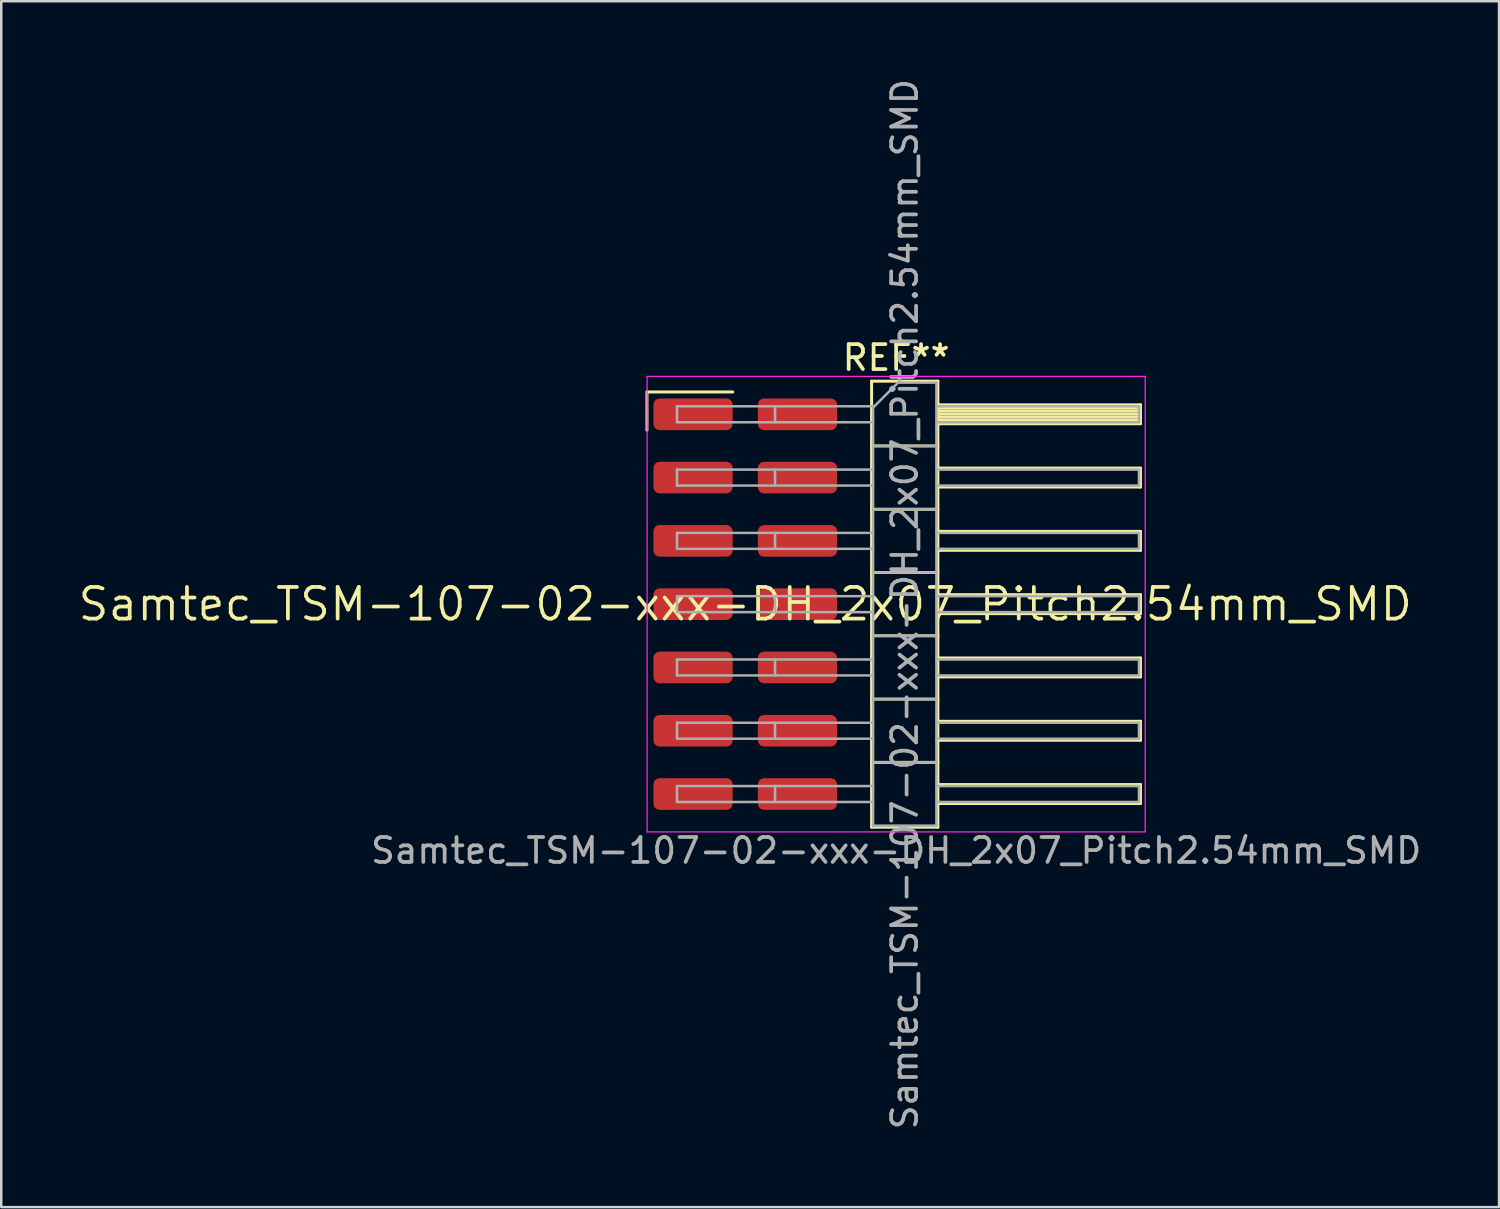
<source format=kicad_pcb>
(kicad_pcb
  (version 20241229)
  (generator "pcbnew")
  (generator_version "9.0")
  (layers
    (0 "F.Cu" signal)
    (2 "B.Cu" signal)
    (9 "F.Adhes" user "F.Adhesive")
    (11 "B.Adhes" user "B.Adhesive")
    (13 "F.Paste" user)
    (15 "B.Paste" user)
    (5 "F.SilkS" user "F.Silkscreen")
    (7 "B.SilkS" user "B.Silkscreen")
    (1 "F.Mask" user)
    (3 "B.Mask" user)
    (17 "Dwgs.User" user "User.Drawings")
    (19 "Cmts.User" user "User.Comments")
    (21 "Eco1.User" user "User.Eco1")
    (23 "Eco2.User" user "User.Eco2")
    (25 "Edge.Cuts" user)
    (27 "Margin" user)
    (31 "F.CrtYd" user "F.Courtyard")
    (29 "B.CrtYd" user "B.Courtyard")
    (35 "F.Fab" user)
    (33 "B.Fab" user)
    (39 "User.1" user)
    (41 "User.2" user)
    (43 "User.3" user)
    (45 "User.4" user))
  (footprint "Samtec_TSM-107-02-xxx-DH_2x07_Pitch2.54mm_SMD"
    (layer "F.Cu")
    (at 26.859 21.196)
    (property "Reference" "Samtec_TSM-107-02-xxx-DH_2x07_Pitch2.54mm_SMD" (at 0 0 0) (layer "F.SilkS") (effects (font (size 1.27 1.27) (thickness 0.15))))
    (attr smd)
    (fp_line (start -3.945 -8.515) (end -0.505 -8.515) (stroke (width 0.12) (type solid)) (layer "F.SilkS"))
    (fp_line (start -3.945 -6.985) (end -3.945 -8.515) (stroke (width 0.12) (type solid)) (layer "F.SilkS"))
    (fp_line (start 5.07 -8.95) (end 7.73 -8.95) (stroke (width 0.12) (type solid)) (layer "F.SilkS"))
    (fp_line (start 5.07 -6.35) (end 7.73 -6.35) (stroke (width 0.12) (type solid)) (layer "F.SilkS"))
    (fp_line (start 5.07 -3.81) (end 7.73 -3.81) (stroke (width 0.12) (type solid)) (layer "F.SilkS"))
    (fp_line (start 5.07 -1.27) (end 7.73 -1.27) (stroke (width 0.12) (type solid)) (layer "F.SilkS"))
    (fp_line (start 5.07 1.27) (end 7.73 1.27) (stroke (width 0.12) (type solid)) (layer "F.SilkS"))
    (fp_line (start 5.07 3.81) (end 7.73 3.81) (stroke (width 0.12) (type solid)) (layer "F.SilkS"))
    (fp_line (start 5.07 6.35) (end 7.73 6.35) (stroke (width 0.12) (type solid)) (layer "F.SilkS"))
    (fp_line (start 5.07 8.95) (end 5.07 -8.95) (stroke (width 0.12) (type solid)) (layer "F.SilkS"))
    (fp_line (start 7.73 -8.95) (end 7.73 8.95) (stroke (width 0.12) (type solid)) (layer "F.SilkS"))
    (fp_line (start 7.73 -8) (end 15.86 -8) (stroke (width 0.12) (type solid)) (layer "F.SilkS"))
    (fp_line (start 7.73 -7.88) (end 15.86 -7.88) (stroke (width 0.12) (type solid)) (layer "F.SilkS"))
    (fp_line (start 7.73 -7.76) (end 15.86 -7.76) (stroke (width 0.12) (type solid)) (layer "F.SilkS"))
    (fp_line (start 7.73 -7.64) (end 15.86 -7.64) (stroke (width 0.12) (type solid)) (layer "F.SilkS"))
    (fp_line (start 7.73 -7.52) (end 15.86 -7.52) (stroke (width 0.12) (type solid)) (layer "F.SilkS"))
    (fp_line (start 7.73 -7.4) (end 15.86 -7.4) (stroke (width 0.12) (type solid)) (layer "F.SilkS"))
    (fp_line (start 7.73 -7.28) (end 15.86 -7.28) (stroke (width 0.12) (type solid)) (layer "F.SilkS"))
    (fp_line (start 7.73 -7.24) (end 15.86 -7.24) (stroke (width 0.12) (type solid)) (layer "F.SilkS"))
    (fp_line (start 7.73 -5.46) (end 15.86 -5.46) (stroke (width 0.12) (type solid)) (layer "F.SilkS"))
    (fp_line (start 7.73 -4.7) (end 15.86 -4.7) (stroke (width 0.12) (type solid)) (layer "F.SilkS"))
    (fp_line (start 7.73 -2.92) (end 15.86 -2.92) (stroke (width 0.12) (type solid)) (layer "F.SilkS"))
    (fp_line (start 7.73 -2.16) (end 15.86 -2.16) (stroke (width 0.12) (type solid)) (layer "F.SilkS"))
    (fp_line (start 7.73 -0.38) (end 15.86 -0.38) (stroke (width 0.12) (type solid)) (layer "F.SilkS"))
    (fp_line (start 7.73 0.38) (end 15.86 0.38) (stroke (width 0.12) (type solid)) (layer "F.SilkS"))
    (fp_line (start 7.73 2.16) (end 15.86 2.16) (stroke (width 0.12) (type solid)) (layer "F.SilkS"))
    (fp_line (start 7.73 2.92) (end 15.86 2.92) (stroke (width 0.12) (type solid)) (layer "F.SilkS"))
    (fp_line (start 7.73 4.7) (end 15.86 4.7) (stroke (width 0.12) (type solid)) (layer "F.SilkS"))
    (fp_line (start 7.73 5.46) (end 15.86 5.46) (stroke (width 0.12) (type solid)) (layer "F.SilkS"))
    (fp_line (start 7.73 7.24) (end 15.86 7.24) (stroke (width 0.12) (type solid)) (layer "F.SilkS"))
    (fp_line (start 7.73 8) (end 15.86 8) (stroke (width 0.12) (type solid)) (layer "F.SilkS"))
    (fp_line (start 7.73 8.95) (end 5.07 8.95) (stroke (width 0.12) (type solid)) (layer "F.SilkS"))
    (fp_line (start 15.86 -8) (end 15.86 -7.24) (stroke (width 0.12) (type solid)) (layer "F.SilkS"))
    (fp_line (start 15.86 -5.46) (end 15.86 -4.7) (stroke (width 0.12) (type solid)) (layer "F.SilkS"))
    (fp_line (start 15.86 -2.92) (end 15.86 -2.16) (stroke (width 0.12) (type solid)) (layer "F.SilkS"))
    (fp_line (start 15.86 -0.38) (end 15.86 0.38) (stroke (width 0.12) (type solid)) (layer "F.SilkS"))
    (fp_line (start 15.86 2.16) (end 15.86 2.92) (stroke (width 0.12) (type solid)) (layer "F.SilkS"))
    (fp_line (start 15.86 4.7) (end 15.86 5.46) (stroke (width 0.12) (type solid)) (layer "F.SilkS"))
    (fp_line (start 15.86 7.24) (end 15.86 8) (stroke (width 0.12) (type solid)) (layer "F.SilkS"))
    (fp_line (start -3.94 -9.14) (end 16.05 -9.14) (stroke (width 0.05) (type solid)) (layer "F.CrtYd"))
    (fp_line (start -3.94 9.14) (end -3.94 -9.14) (stroke (width 0.05) (type solid)) (layer "F.CrtYd"))
    (fp_line (start 16.05 -9.14) (end 16.05 9.14) (stroke (width 0.05) (type solid)) (layer "F.CrtYd"))
    (fp_line (start 16.05 9.14) (end -3.94 9.14) (stroke (width 0.05) (type solid)) (layer "F.CrtYd"))
    (fp_line (start -2.74 -7.94) (end -2.74 -7.3) (stroke (width 0.1) (type solid)) (layer "F.Fab"))
    (fp_line (start -2.74 -7.94) (end 5.13 -7.94) (stroke (width 0.1) (type solid)) (layer "F.Fab"))
    (fp_line (start -2.74 -7.3) (end 5.13 -7.3) (stroke (width 0.1) (type solid)) (layer "F.Fab"))
    (fp_line (start -2.74 -5.4) (end -2.74 -4.76) (stroke (width 0.1) (type solid)) (layer "F.Fab"))
    (fp_line (start -2.74 -5.4) (end 5.13 -5.4) (stroke (width 0.1) (type solid)) (layer "F.Fab"))
    (fp_line (start -2.74 -4.76) (end 5.13 -4.76) (stroke (width 0.1) (type solid)) (layer "F.Fab"))
    (fp_line (start -2.74 -2.86) (end -2.74 -2.22) (stroke (width 0.1) (type solid)) (layer "F.Fab"))
    (fp_line (start -2.74 -2.86) (end 5.13 -2.86) (stroke (width 0.1) (type solid)) (layer "F.Fab"))
    (fp_line (start -2.74 -2.22) (end 5.13 -2.22) (stroke (width 0.1) (type solid)) (layer "F.Fab"))
    (fp_line (start -2.74 -0.32) (end -2.74 0.32) (stroke (width 0.1) (type solid)) (layer "F.Fab"))
    (fp_line (start -2.74 -0.32) (end 5.13 -0.32) (stroke (width 0.1) (type solid)) (layer "F.Fab"))
    (fp_line (start -2.74 0.32) (end 5.13 0.32) (stroke (width 0.1) (type solid)) (layer "F.Fab"))
    (fp_line (start -2.74 2.22) (end -2.74 2.86) (stroke (width 0.1) (type solid)) (layer "F.Fab"))
    (fp_line (start -2.74 2.22) (end 5.13 2.22) (stroke (width 0.1) (type solid)) (layer "F.Fab"))
    (fp_line (start -2.74 2.86) (end 5.13 2.86) (stroke (width 0.1) (type solid)) (layer "F.Fab"))
    (fp_line (start -2.74 4.76) (end -2.74 5.4) (stroke (width 0.1) (type solid)) (layer "F.Fab"))
    (fp_line (start -2.74 4.76) (end 5.13 4.76) (stroke (width 0.1) (type solid)) (layer "F.Fab"))
    (fp_line (start -2.74 5.4) (end 5.13 5.4) (stroke (width 0.1) (type solid)) (layer "F.Fab"))
    (fp_line (start -2.74 7.3) (end -2.74 7.94) (stroke (width 0.1) (type solid)) (layer "F.Fab"))
    (fp_line (start -2.74 7.3) (end 5.13 7.3) (stroke (width 0.1) (type solid)) (layer "F.Fab"))
    (fp_line (start -2.74 7.94) (end 5.13 7.94) (stroke (width 0.1) (type solid)) (layer "F.Fab"))
    (fp_line (start 1.195 -7.94) (end 1.195 -7.3) (stroke (width 0.1) (type solid)) (layer "F.Fab"))
    (fp_line (start 1.195 -5.4) (end 1.195 -4.76) (stroke (width 0.1) (type solid)) (layer "F.Fab"))
    (fp_line (start 1.195 -2.86) (end 1.195 -2.22) (stroke (width 0.1) (type solid)) (layer "F.Fab"))
    (fp_line (start 1.195 -0.32) (end 1.195 0.32) (stroke (width 0.1) (type solid)) (layer "F.Fab"))
    (fp_line (start 1.195 2.22) (end 1.195 2.86) (stroke (width 0.1) (type solid)) (layer "F.Fab"))
    (fp_line (start 1.195 4.76) (end 1.195 5.4) (stroke (width 0.1) (type solid)) (layer "F.Fab"))
    (fp_line (start 1.195 7.3) (end 1.195 7.94) (stroke (width 0.1) (type solid)) (layer "F.Fab"))
    (fp_line (start 5.13 -7.89) (end 6.13 -8.89) (stroke (width 0.1) (type solid)) (layer "F.Fab"))
    (fp_line (start 5.13 -6.35) (end 7.67 -6.35) (stroke (width 0.1) (type solid)) (layer "F.Fab"))
    (fp_line (start 5.13 -3.81) (end 7.67 -3.81) (stroke (width 0.1) (type solid)) (layer "F.Fab"))
    (fp_line (start 5.13 -1.27) (end 7.67 -1.27) (stroke (width 0.1) (type solid)) (layer "F.Fab"))
    (fp_line (start 5.13 1.27) (end 7.67 1.27) (stroke (width 0.1) (type solid)) (layer "F.Fab"))
    (fp_line (start 5.13 3.81) (end 7.67 3.81) (stroke (width 0.1) (type solid)) (layer "F.Fab"))
    (fp_line (start 5.13 6.35) (end 7.67 6.35) (stroke (width 0.1) (type solid)) (layer "F.Fab"))
    (fp_line (start 5.13 8.89) (end 5.13 -7.89) (stroke (width 0.1) (type solid)) (layer "F.Fab"))
    (fp_line (start 6.13 -8.89) (end 7.67 -8.89) (stroke (width 0.1) (type solid)) (layer "F.Fab"))
    (fp_line (start 7.67 -8.89) (end 7.67 8.89) (stroke (width 0.1) (type solid)) (layer "F.Fab"))
    (fp_line (start 7.67 -7.94) (end 15.8 -7.94) (stroke (width 0.1) (type solid)) (layer "F.Fab"))
    (fp_line (start 7.67 -7.3) (end 15.8 -7.3) (stroke (width 0.1) (type solid)) (layer "F.Fab"))
    (fp_line (start 7.67 -5.4) (end 15.8 -5.4) (stroke (width 0.1) (type solid)) (layer "F.Fab"))
    (fp_line (start 7.67 -4.76) (end 15.8 -4.76) (stroke (width 0.1) (type solid)) (layer "F.Fab"))
    (fp_line (start 7.67 -2.86) (end 15.8 -2.86) (stroke (width 0.1) (type solid)) (layer "F.Fab"))
    (fp_line (start 7.67 -2.22) (end 15.8 -2.22) (stroke (width 0.1) (type solid)) (layer "F.Fab"))
    (fp_line (start 7.67 -0.32) (end 15.8 -0.32) (stroke (width 0.1) (type solid)) (layer "F.Fab"))
    (fp_line (start 7.67 0.32) (end 15.8 0.32) (stroke (width 0.1) (type solid)) (layer "F.Fab"))
    (fp_line (start 7.67 2.22) (end 15.8 2.22) (stroke (width 0.1) (type solid)) (layer "F.Fab"))
    (fp_line (start 7.67 2.86) (end 15.8 2.86) (stroke (width 0.1) (type solid)) (layer "F.Fab"))
    (fp_line (start 7.67 4.76) (end 15.8 4.76) (stroke (width 0.1) (type solid)) (layer "F.Fab"))
    (fp_line (start 7.67 5.4) (end 15.8 5.4) (stroke (width 0.1) (type solid)) (layer "F.Fab"))
    (fp_line (start 7.67 7.3) (end 15.8 7.3) (stroke (width 0.1) (type solid)) (layer "F.Fab"))
    (fp_line (start 7.67 7.94) (end 15.8 7.94) (stroke (width 0.1) (type solid)) (layer "F.Fab"))
    (fp_line (start 7.67 8.89) (end 5.13 8.89) (stroke (width 0.1) (type solid)) (layer "F.Fab"))
    (fp_line (start 15.8 -7.94) (end 15.8 -7.3) (stroke (width 0.1) (type solid)) (layer "F.Fab"))
    (fp_line (start 15.8 -5.4) (end 15.8 -4.76) (stroke (width 0.1) (type solid)) (layer "F.Fab"))
    (fp_line (start 15.8 -2.86) (end 15.8 -2.22) (stroke (width 0.1) (type solid)) (layer "F.Fab"))
    (fp_line (start 15.8 -0.32) (end 15.8 0.32) (stroke (width 0.1) (type solid)) (layer "F.Fab"))
    (fp_line (start 15.8 2.22) (end 15.8 2.86) (stroke (width 0.1) (type solid)) (layer "F.Fab"))
    (fp_line (start 15.8 4.76) (end 15.8 5.4) (stroke (width 0.1) (type solid)) (layer "F.Fab"))
    (fp_line (start 15.8 7.3) (end 15.8 7.94) (stroke (width 0.1) (type solid)) (layer "F.Fab"))
    (fp_text user "REF**" (at 6.055 -9.89 0) (layer "F.SilkS") (effects (font (size 1 1) (thickness 0.15))))
    (fp_text user "Samtec_TSM-107-02-xxx-DH_2x07_Pitch2.54mm_SMD" (at 6.055 9.89 0) (layer "F.Fab") (effects (font (size 1 1) (thickness 0.15))))
    (fp_text user "${REFERENCE}" (at 6.4 0 90) (layer "F.Fab") (effects (font (size 1 1) (thickness 0.15))))
    (pad "1" smd roundrect (at -2.095 -7.62) (size 3.18 1.27) (layers "F.Cu" "F.Mask" "F.Paste") (roundrect_rratio 0.197))
    (pad "2" smd roundrect (at 2.095 -7.62) (size 3.18 1.27) (layers "F.Cu" "F.Mask" "F.Paste") (roundrect_rratio 0.197))
    (pad "3" smd roundrect (at -2.095 -5.08) (size 3.18 1.27) (layers "F.Cu" "F.Mask" "F.Paste") (roundrect_rratio 0.197))
    (pad "4" smd roundrect (at 2.095 -5.08) (size 3.18 1.27) (layers "F.Cu" "F.Mask" "F.Paste") (roundrect_rratio 0.197))
    (pad "5" smd roundrect (at -2.095 -2.54) (size 3.18 1.27) (layers "F.Cu" "F.Mask" "F.Paste") (roundrect_rratio 0.197))
    (pad "6" smd roundrect (at 2.095 -2.54) (size 3.18 1.27) (layers "F.Cu" "F.Mask" "F.Paste") (roundrect_rratio 0.197))
    (pad "7" smd roundrect (at -2.095 0) (size 3.18 1.27) (layers "F.Cu" "F.Mask" "F.Paste") (roundrect_rratio 0.197))
    (pad "8" smd roundrect (at 2.095 0) (size 3.18 1.27) (layers "F.Cu" "F.Mask" "F.Paste") (roundrect_rratio 0.197))
    (pad "9" smd roundrect (at -2.095 2.54) (size 3.18 1.27) (layers "F.Cu" "F.Mask" "F.Paste") (roundrect_rratio 0.197))
    (pad "10" smd roundrect (at 2.095 2.54) (size 3.18 1.27) (layers "F.Cu" "F.Mask" "F.Paste") (roundrect_rratio 0.197))
    (pad "11" smd roundrect (at -2.095 5.08) (size 3.18 1.27) (layers "F.Cu" "F.Mask" "F.Paste") (roundrect_rratio 0.197))
    (pad "12" smd roundrect (at 2.095 5.08) (size 3.18 1.27) (layers "F.Cu" "F.Mask" "F.Paste") (roundrect_rratio 0.197))
    (pad "13" smd roundrect (at -2.095 7.62) (size 3.18 1.27) (layers "F.Cu" "F.Mask" "F.Paste") (roundrect_rratio 0.197))
    (pad "14" smd roundrect (at 2.095 7.62) (size 3.18 1.27) (layers "F.Cu" "F.Mask" "F.Paste") (roundrect_rratio 0.197)))
  (gr_rect
    (start -3 -3)
    (end 57.11 45.393)
    (stroke (width 0.1) (type default))
    (fill no)
    (layer "Edge.Cuts")))
</source>
